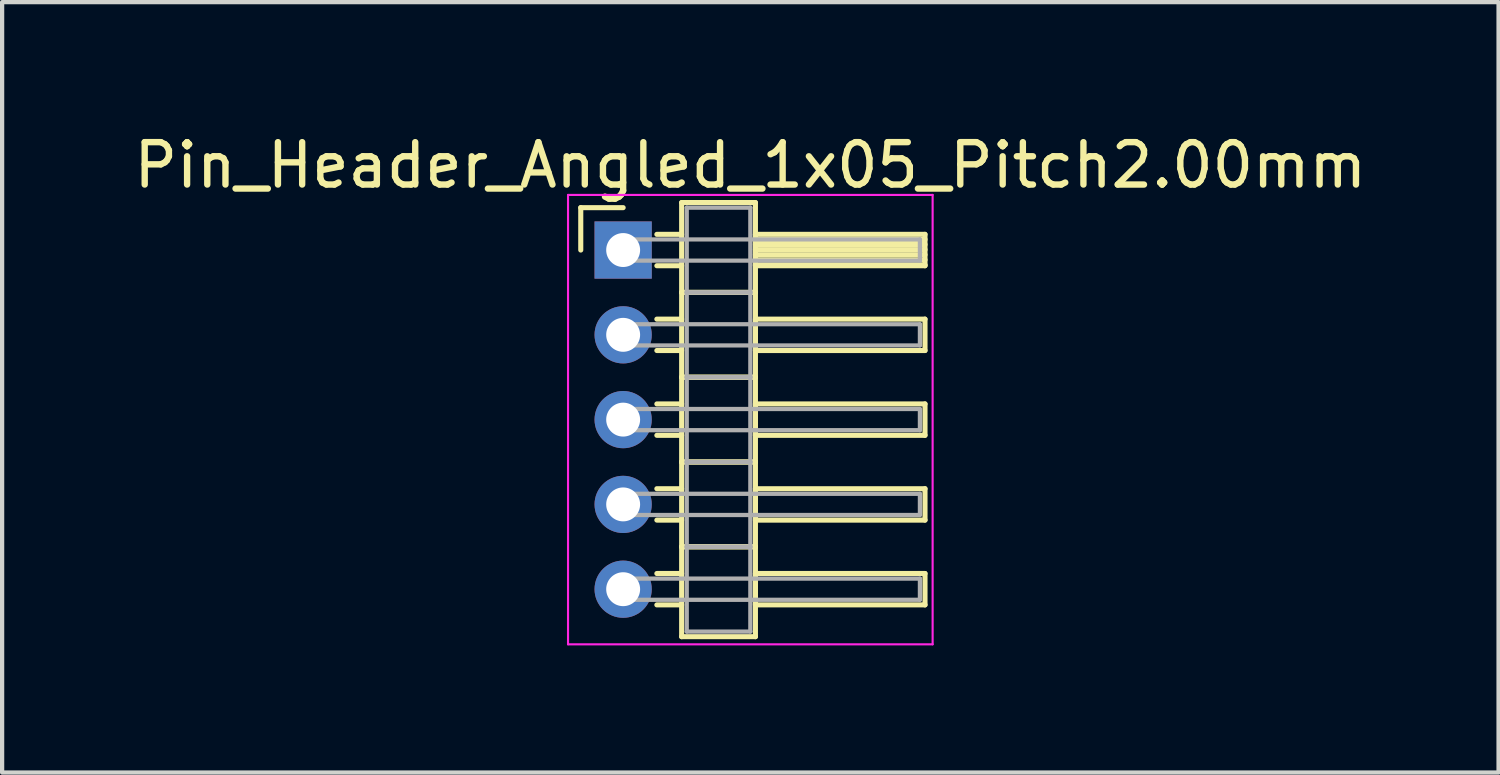
<source format=kicad_pcb>
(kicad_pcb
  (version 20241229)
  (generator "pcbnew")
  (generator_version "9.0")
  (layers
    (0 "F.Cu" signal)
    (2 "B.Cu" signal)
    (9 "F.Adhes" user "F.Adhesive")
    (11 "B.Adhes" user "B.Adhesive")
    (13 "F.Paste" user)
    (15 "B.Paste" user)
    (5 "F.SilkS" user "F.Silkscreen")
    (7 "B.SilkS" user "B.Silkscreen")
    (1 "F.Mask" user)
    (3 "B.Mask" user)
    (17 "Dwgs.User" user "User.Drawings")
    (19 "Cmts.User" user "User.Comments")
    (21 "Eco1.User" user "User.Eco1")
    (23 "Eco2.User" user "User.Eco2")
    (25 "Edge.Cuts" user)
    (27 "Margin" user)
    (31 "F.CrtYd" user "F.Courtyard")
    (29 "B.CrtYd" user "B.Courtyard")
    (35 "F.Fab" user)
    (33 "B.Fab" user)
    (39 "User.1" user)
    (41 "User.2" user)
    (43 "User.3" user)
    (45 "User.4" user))
  (footprint "Pin_Header_Angled_1x05_Pitch2.00mm"
    (layer "F.Cu")
    (at 11.649 2.848)
    (property "Reference" "Pin_Header_Angled_1x05_Pitch2.00mm" (at 3 -2 0) (layer "F.SilkS") (effects (font (size 1 1) (thickness 0.15))))
    (attr through_hole)
    (fp_line (start -1 -1) (end 0 -1) (stroke (width 0.12) (type solid)) (layer "F.SilkS"))
    (fp_line (start -1 0) (end -1 -1) (stroke (width 0.12) (type solid)) (layer "F.SilkS"))
    (fp_line (start 0.795 -0.37) (end 1.38 -0.37) (stroke (width 0.12) (type solid)) (layer "F.SilkS"))
    (fp_line (start 0.795 0.37) (end 1.38 0.37) (stroke (width 0.12) (type solid)) (layer "F.SilkS"))
    (fp_line (start 0.795 1.63) (end 1.38 1.63) (stroke (width 0.12) (type solid)) (layer "F.SilkS"))
    (fp_line (start 0.795 2.37) (end 1.38 2.37) (stroke (width 0.12) (type solid)) (layer "F.SilkS"))
    (fp_line (start 0.795 3.63) (end 1.38 3.63) (stroke (width 0.12) (type solid)) (layer "F.SilkS"))
    (fp_line (start 0.795 4.37) (end 1.38 4.37) (stroke (width 0.12) (type solid)) (layer "F.SilkS"))
    (fp_line (start 0.795 5.63) (end 1.38 5.63) (stroke (width 0.12) (type solid)) (layer "F.SilkS"))
    (fp_line (start 0.795 6.37) (end 1.38 6.37) (stroke (width 0.12) (type solid)) (layer "F.SilkS"))
    (fp_line (start 0.795 7.63) (end 1.38 7.63) (stroke (width 0.12) (type solid)) (layer "F.SilkS"))
    (fp_line (start 0.795 8.37) (end 1.38 8.37) (stroke (width 0.12) (type solid)) (layer "F.SilkS"))
    (fp_line (start 1.38 -1.12) (end 1.38 1) (stroke (width 0.12) (type solid)) (layer "F.SilkS"))
    (fp_line (start 1.38 1) (end 1.38 3) (stroke (width 0.12) (type solid)) (layer "F.SilkS"))
    (fp_line (start 1.38 1) (end 3.12 1) (stroke (width 0.12) (type solid)) (layer "F.SilkS"))
    (fp_line (start 1.38 3) (end 1.38 5) (stroke (width 0.12) (type solid)) (layer "F.SilkS"))
    (fp_line (start 1.38 3) (end 3.12 3) (stroke (width 0.12) (type solid)) (layer "F.SilkS"))
    (fp_line (start 1.38 5) (end 1.38 7) (stroke (width 0.12) (type solid)) (layer "F.SilkS"))
    (fp_line (start 1.38 5) (end 3.12 5) (stroke (width 0.12) (type solid)) (layer "F.SilkS"))
    (fp_line (start 1.38 7) (end 1.38 9.12) (stroke (width 0.12) (type solid)) (layer "F.SilkS"))
    (fp_line (start 1.38 7) (end 3.12 7) (stroke (width 0.12) (type solid)) (layer "F.SilkS"))
    (fp_line (start 1.38 9.12) (end 3.12 9.12) (stroke (width 0.12) (type solid)) (layer "F.SilkS"))
    (fp_line (start 3.12 -1.12) (end 1.38 -1.12) (stroke (width 0.12) (type solid)) (layer "F.SilkS"))
    (fp_line (start 3.12 -0.37) (end 3.12 0.37) (stroke (width 0.12) (type solid)) (layer "F.SilkS"))
    (fp_line (start 3.12 -0.25) (end 7.12 -0.25) (stroke (width 0.12) (type solid)) (layer "F.SilkS"))
    (fp_line (start 3.12 -0.13) (end 7.12 -0.13) (stroke (width 0.12) (type solid)) (layer "F.SilkS"))
    (fp_line (start 3.12 -0.01) (end 7.12 -0.01) (stroke (width 0.12) (type solid)) (layer "F.SilkS"))
    (fp_line (start 3.12 0.11) (end 7.12 0.11) (stroke (width 0.12) (type solid)) (layer "F.SilkS"))
    (fp_line (start 3.12 0.23) (end 7.12 0.23) (stroke (width 0.12) (type solid)) (layer "F.SilkS"))
    (fp_line (start 3.12 0.35) (end 7.12 0.35) (stroke (width 0.12) (type solid)) (layer "F.SilkS"))
    (fp_line (start 3.12 0.37) (end 7.12 0.37) (stroke (width 0.12) (type solid)) (layer "F.SilkS"))
    (fp_line (start 3.12 1) (end 1.38 1) (stroke (width 0.12) (type solid)) (layer "F.SilkS"))
    (fp_line (start 3.12 1) (end 3.12 -1.12) (stroke (width 0.12) (type solid)) (layer "F.SilkS"))
    (fp_line (start 3.12 1.63) (end 3.12 2.37) (stroke (width 0.12) (type solid)) (layer "F.SilkS"))
    (fp_line (start 3.12 2.37) (end 7.12 2.37) (stroke (width 0.12) (type solid)) (layer "F.SilkS"))
    (fp_line (start 3.12 3) (end 1.38 3) (stroke (width 0.12) (type solid)) (layer "F.SilkS"))
    (fp_line (start 3.12 3) (end 3.12 1) (stroke (width 0.12) (type solid)) (layer "F.SilkS"))
    (fp_line (start 3.12 3.63) (end 3.12 4.37) (stroke (width 0.12) (type solid)) (layer "F.SilkS"))
    (fp_line (start 3.12 4.37) (end 7.12 4.37) (stroke (width 0.12) (type solid)) (layer "F.SilkS"))
    (fp_line (start 3.12 5) (end 1.38 5) (stroke (width 0.12) (type solid)) (layer "F.SilkS"))
    (fp_line (start 3.12 5) (end 3.12 3) (stroke (width 0.12) (type solid)) (layer "F.SilkS"))
    (fp_line (start 3.12 5.63) (end 3.12 6.37) (stroke (width 0.12) (type solid)) (layer "F.SilkS"))
    (fp_line (start 3.12 6.37) (end 7.12 6.37) (stroke (width 0.12) (type solid)) (layer "F.SilkS"))
    (fp_line (start 3.12 7) (end 1.38 7) (stroke (width 0.12) (type solid)) (layer "F.SilkS"))
    (fp_line (start 3.12 7) (end 3.12 5) (stroke (width 0.12) (type solid)) (layer "F.SilkS"))
    (fp_line (start 3.12 7.63) (end 3.12 8.37) (stroke (width 0.12) (type solid)) (layer "F.SilkS"))
    (fp_line (start 3.12 8.37) (end 7.12 8.37) (stroke (width 0.12) (type solid)) (layer "F.SilkS"))
    (fp_line (start 3.12 9.12) (end 3.12 7) (stroke (width 0.12) (type solid)) (layer "F.SilkS"))
    (fp_line (start 7.12 -0.37) (end 3.12 -0.37) (stroke (width 0.12) (type solid)) (layer "F.SilkS"))
    (fp_line (start 7.12 0.37) (end 7.12 -0.37) (stroke (width 0.12) (type solid)) (layer "F.SilkS"))
    (fp_line (start 7.12 1.63) (end 3.12 1.63) (stroke (width 0.12) (type solid)) (layer "F.SilkS"))
    (fp_line (start 7.12 2.37) (end 7.12 1.63) (stroke (width 0.12) (type solid)) (layer "F.SilkS"))
    (fp_line (start 7.12 3.63) (end 3.12 3.63) (stroke (width 0.12) (type solid)) (layer "F.SilkS"))
    (fp_line (start 7.12 4.37) (end 7.12 3.63) (stroke (width 0.12) (type solid)) (layer "F.SilkS"))
    (fp_line (start 7.12 5.63) (end 3.12 5.63) (stroke (width 0.12) (type solid)) (layer "F.SilkS"))
    (fp_line (start 7.12 6.37) (end 7.12 5.63) (stroke (width 0.12) (type solid)) (layer "F.SilkS"))
    (fp_line (start 7.12 7.63) (end 3.12 7.63) (stroke (width 0.12) (type solid)) (layer "F.SilkS"))
    (fp_line (start 7.12 8.37) (end 7.12 7.63) (stroke (width 0.12) (type solid)) (layer "F.SilkS"))
    (fp_line (start -1.3 -1.3) (end -1.3 9.3) (stroke (width 0.05) (type solid)) (layer "F.CrtYd"))
    (fp_line (start -1.3 9.3) (end 7.3 9.3) (stroke (width 0.05) (type solid)) (layer "F.CrtYd"))
    (fp_line (start 7.3 -1.3) (end -1.3 -1.3) (stroke (width 0.05) (type solid)) (layer "F.CrtYd"))
    (fp_line (start 7.3 9.3) (end 7.3 -1.3) (stroke (width 0.05) (type solid)) (layer "F.CrtYd"))
    (fp_line (start 0 -0.25) (end 0 0.25) (stroke (width 0.1) (type solid)) (layer "F.Fab"))
    (fp_line (start 0 0.25) (end 7 0.25) (stroke (width 0.1) (type solid)) (layer "F.Fab"))
    (fp_line (start 0 1.75) (end 0 2.25) (stroke (width 0.1) (type solid)) (layer "F.Fab"))
    (fp_line (start 0 2.25) (end 7 2.25) (stroke (width 0.1) (type solid)) (layer "F.Fab"))
    (fp_line (start 0 3.75) (end 0 4.25) (stroke (width 0.1) (type solid)) (layer "F.Fab"))
    (fp_line (start 0 4.25) (end 7 4.25) (stroke (width 0.1) (type solid)) (layer "F.Fab"))
    (fp_line (start 0 5.75) (end 0 6.25) (stroke (width 0.1) (type solid)) (layer "F.Fab"))
    (fp_line (start 0 6.25) (end 7 6.25) (stroke (width 0.1) (type solid)) (layer "F.Fab"))
    (fp_line (start 0 7.75) (end 0 8.25) (stroke (width 0.1) (type solid)) (layer "F.Fab"))
    (fp_line (start 0 8.25) (end 7 8.25) (stroke (width 0.1) (type solid)) (layer "F.Fab"))
    (fp_line (start 1.5 -1) (end 1.5 1) (stroke (width 0.1) (type solid)) (layer "F.Fab"))
    (fp_line (start 1.5 1) (end 1.5 3) (stroke (width 0.1) (type solid)) (layer "F.Fab"))
    (fp_line (start 1.5 1) (end 3 1) (stroke (width 0.1) (type solid)) (layer "F.Fab"))
    (fp_line (start 1.5 3) (end 1.5 5) (stroke (width 0.1) (type solid)) (layer "F.Fab"))
    (fp_line (start 1.5 3) (end 3 3) (stroke (width 0.1) (type solid)) (layer "F.Fab"))
    (fp_line (start 1.5 5) (end 1.5 7) (stroke (width 0.1) (type solid)) (layer "F.Fab"))
    (fp_line (start 1.5 5) (end 3 5) (stroke (width 0.1) (type solid)) (layer "F.Fab"))
    (fp_line (start 1.5 7) (end 1.5 9) (stroke (width 0.1) (type solid)) (layer "F.Fab"))
    (fp_line (start 1.5 7) (end 3 7) (stroke (width 0.1) (type solid)) (layer "F.Fab"))
    (fp_line (start 1.5 9) (end 3 9) (stroke (width 0.1) (type solid)) (layer "F.Fab"))
    (fp_line (start 3 -1) (end 1.5 -1) (stroke (width 0.1) (type solid)) (layer "F.Fab"))
    (fp_line (start 3 1) (end 1.5 1) (stroke (width 0.1) (type solid)) (layer "F.Fab"))
    (fp_line (start 3 1) (end 3 -1) (stroke (width 0.1) (type solid)) (layer "F.Fab"))
    (fp_line (start 3 3) (end 1.5 3) (stroke (width 0.1) (type solid)) (layer "F.Fab"))
    (fp_line (start 3 3) (end 3 1) (stroke (width 0.1) (type solid)) (layer "F.Fab"))
    (fp_line (start 3 5) (end 1.5 5) (stroke (width 0.1) (type solid)) (layer "F.Fab"))
    (fp_line (start 3 5) (end 3 3) (stroke (width 0.1) (type solid)) (layer "F.Fab"))
    (fp_line (start 3 7) (end 1.5 7) (stroke (width 0.1) (type solid)) (layer "F.Fab"))
    (fp_line (start 3 7) (end 3 5) (stroke (width 0.1) (type solid)) (layer "F.Fab"))
    (fp_line (start 3 9) (end 3 7) (stroke (width 0.1) (type solid)) (layer "F.Fab"))
    (fp_line (start 7 -0.25) (end 0 -0.25) (stroke (width 0.1) (type solid)) (layer "F.Fab"))
    (fp_line (start 7 0.25) (end 7 -0.25) (stroke (width 0.1) (type solid)) (layer "F.Fab"))
    (fp_line (start 7 1.75) (end 0 1.75) (stroke (width 0.1) (type solid)) (layer "F.Fab"))
    (fp_line (start 7 2.25) (end 7 1.75) (stroke (width 0.1) (type solid)) (layer "F.Fab"))
    (fp_line (start 7 3.75) (end 0 3.75) (stroke (width 0.1) (type solid)) (layer "F.Fab"))
    (fp_line (start 7 4.25) (end 7 3.75) (stroke (width 0.1) (type solid)) (layer "F.Fab"))
    (fp_line (start 7 5.75) (end 0 5.75) (stroke (width 0.1) (type solid)) (layer "F.Fab"))
    (fp_line (start 7 6.25) (end 7 5.75) (stroke (width 0.1) (type solid)) (layer "F.Fab"))
    (fp_line (start 7 7.75) (end 0 7.75) (stroke (width 0.1) (type solid)) (layer "F.Fab"))
    (fp_line (start 7 8.25) (end 7 7.75) (stroke (width 0.1) (type solid)) (layer "F.Fab"))
    (pad "1" thru_hole rect (at 0 0) (size 1.35 1.35) (drill 0.8) (layers "*.Cu" "*.Mask"))
    (pad "2" thru_hole oval (at 0 2) (size 1.35 1.35) (drill 0.8) (layers "*.Cu" "*.Mask"))
    (pad "3" thru_hole oval (at 0 4) (size 1.35 1.35) (drill 0.8) (layers "*.Cu" "*.Mask"))
    (pad "4" thru_hole oval (at 0 6) (size 1.35 1.35) (drill 0.8) (layers "*.Cu" "*.Mask"))
    (pad "5" thru_hole oval (at 0 8) (size 1.35 1.35) (drill 0.8) (layers "*.Cu" "*.Mask")))
  (gr_rect
    (start -3 -3)
    (end 32.298 15.173)
    (stroke (width 0.1) (type default))
    (fill no)
    (layer "Edge.Cuts")))
</source>
